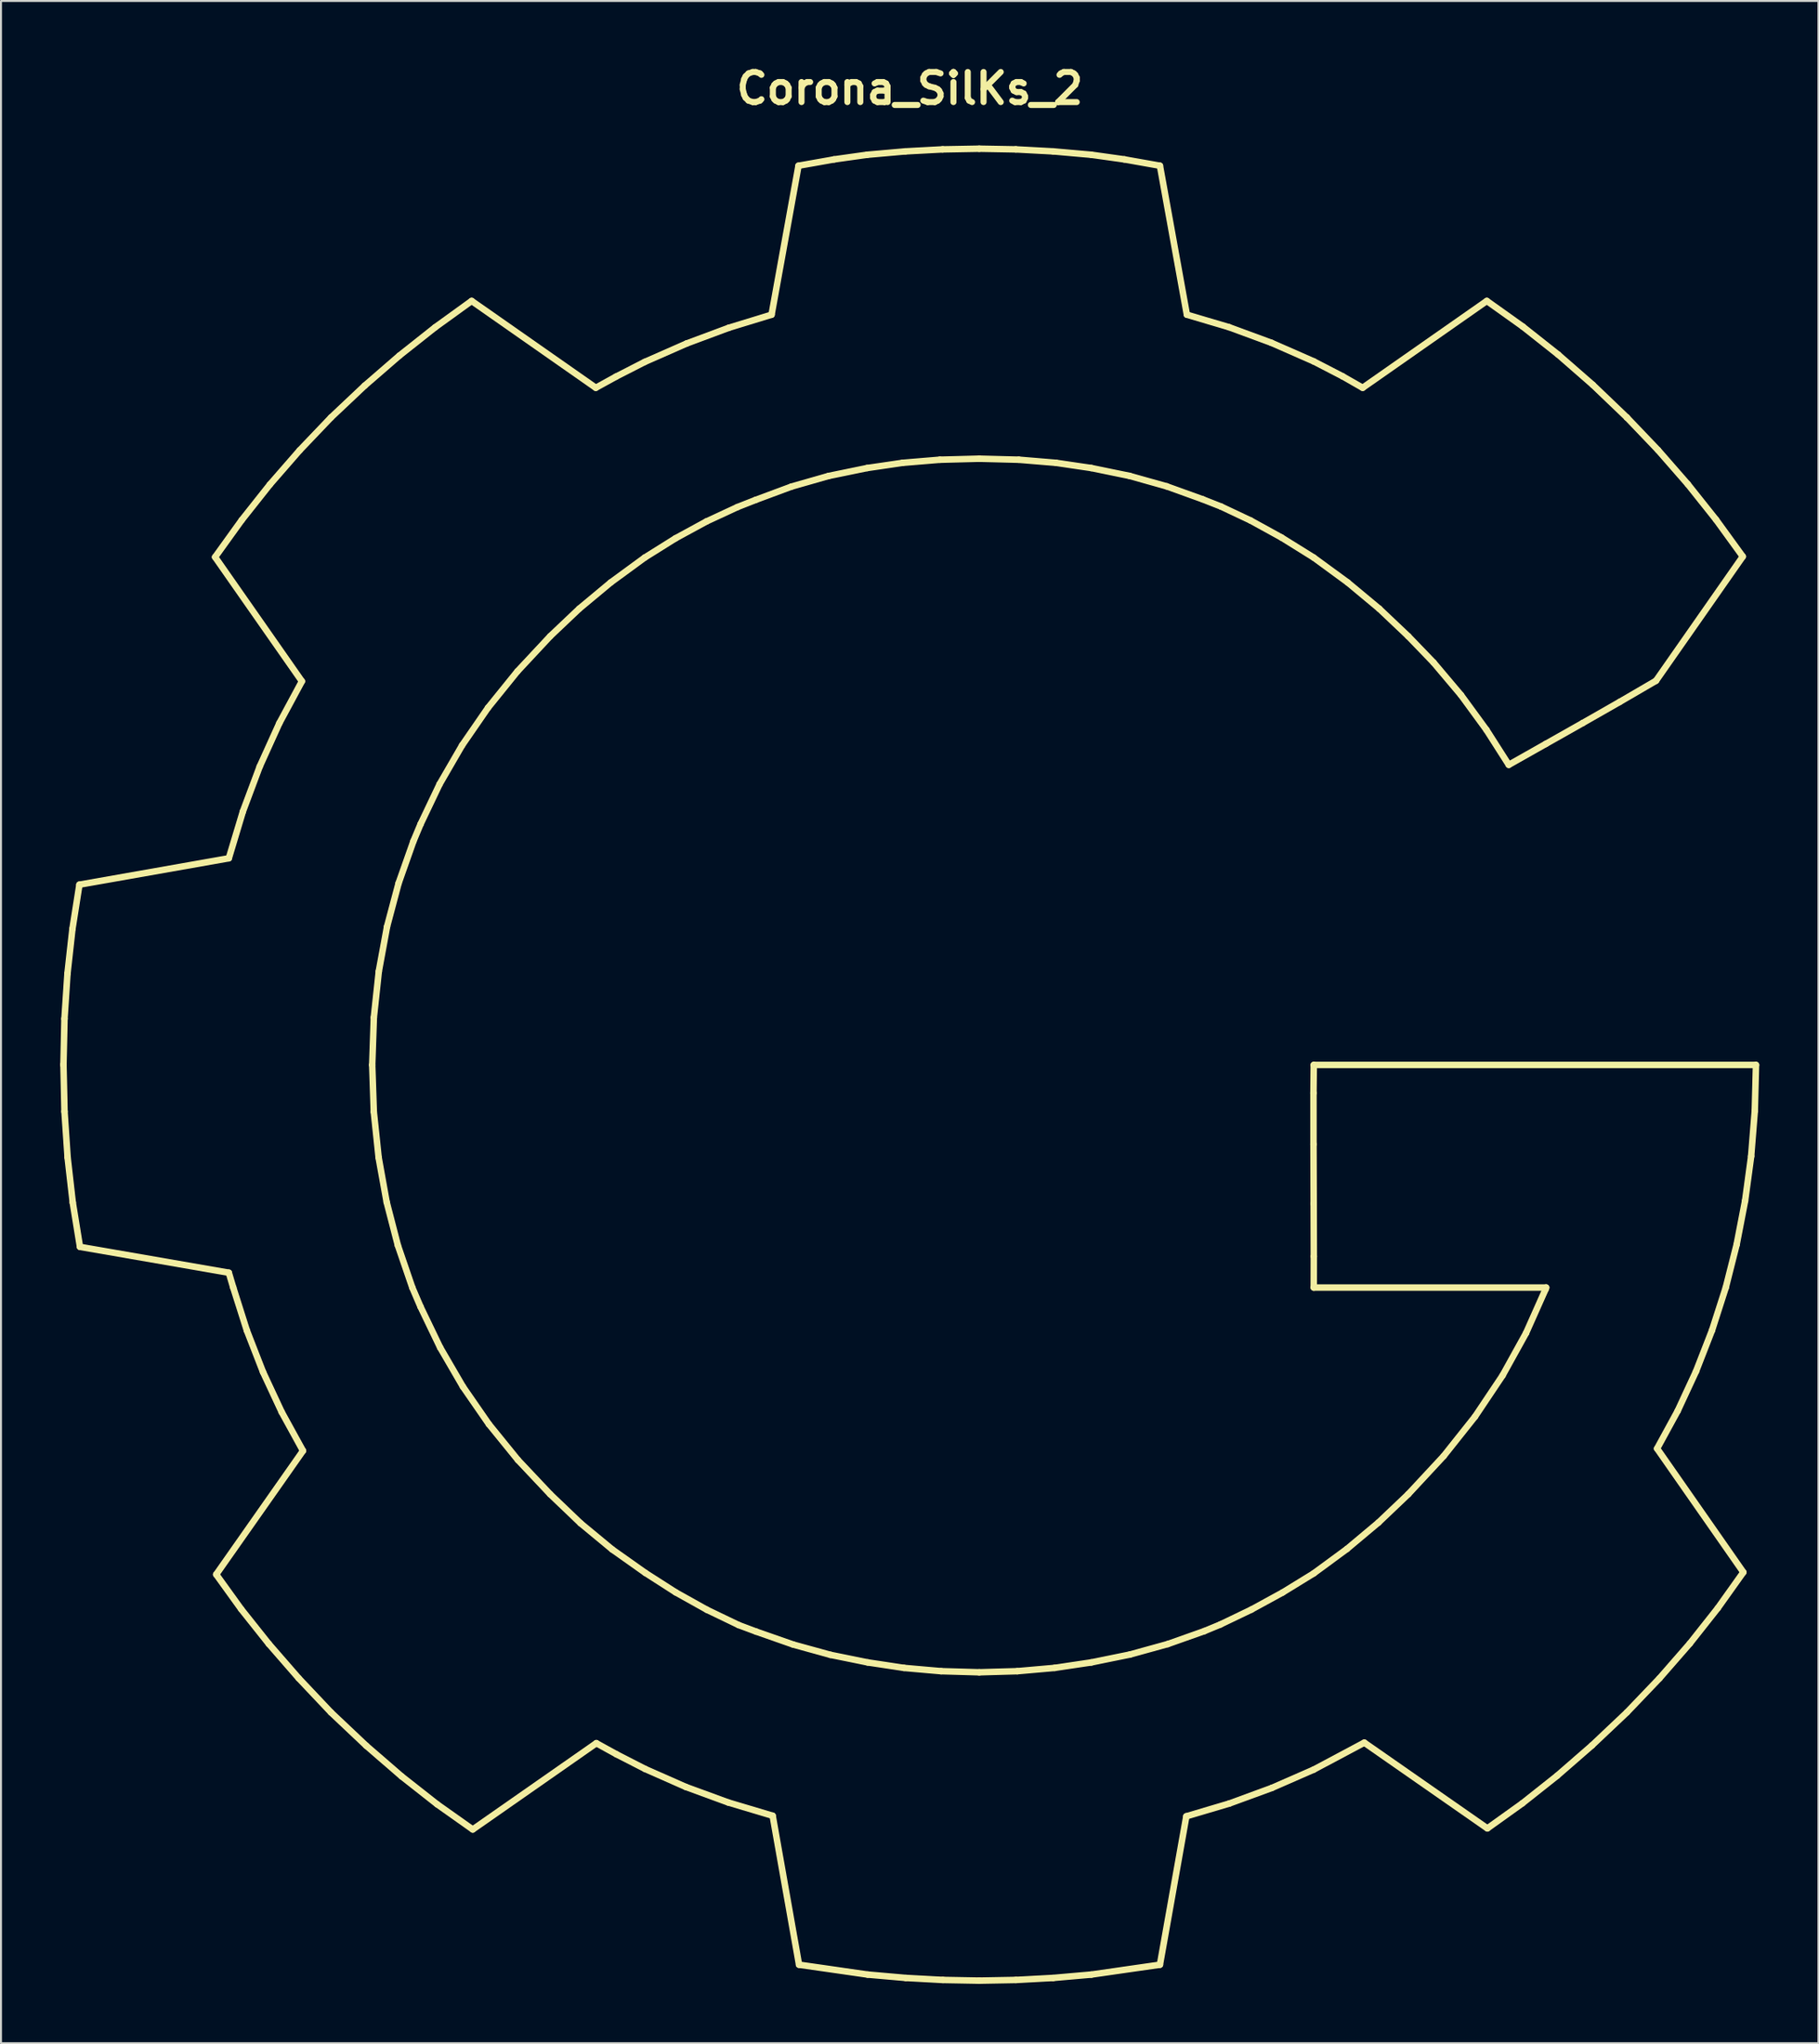
<source format=kicad_pcb>
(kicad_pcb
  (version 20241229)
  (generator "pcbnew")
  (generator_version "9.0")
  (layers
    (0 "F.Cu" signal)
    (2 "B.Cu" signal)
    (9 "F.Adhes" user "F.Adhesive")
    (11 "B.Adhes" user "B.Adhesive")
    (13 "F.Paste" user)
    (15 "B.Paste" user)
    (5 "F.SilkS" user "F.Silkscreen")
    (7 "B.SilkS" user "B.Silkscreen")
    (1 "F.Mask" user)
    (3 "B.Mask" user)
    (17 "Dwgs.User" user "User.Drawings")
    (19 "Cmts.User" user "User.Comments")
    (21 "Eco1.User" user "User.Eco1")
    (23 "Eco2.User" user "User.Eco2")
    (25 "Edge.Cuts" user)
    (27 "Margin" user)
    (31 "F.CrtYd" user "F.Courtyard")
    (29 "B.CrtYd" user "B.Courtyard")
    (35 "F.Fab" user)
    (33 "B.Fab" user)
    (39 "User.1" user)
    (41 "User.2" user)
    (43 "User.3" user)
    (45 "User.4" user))
  (footprint "Corona_SilKs_2"
    (layer "F.Cu")
    (at 43.012 50.827)
    (property "Reference" "Corona_SilKs_2" (at 0 -49.4 0) (layer "F.SilkS") (effects (font (size 1.524 1.524) (thickness 0.305))))
    (attr smd)
    (fp_line (start -42.848 -0.014) (end -42.797 -2.324) (stroke (width 0.328) (type solid)) (layer "F.SilkS"))
    (fp_line (start -42.848 0.014) (end -42.848 -0.014) (stroke (width 0.328) (type solid)) (layer "F.SilkS"))
    (fp_line (start -42.797 -2.324) (end -42.646 -4.61) (stroke (width 0.328) (type solid)) (layer "F.SilkS"))
    (fp_line (start -42.796 2.373) (end -42.848 0.014) (stroke (width 0.328) (type solid)) (layer "F.SilkS"))
    (fp_line (start -42.646 -4.61) (end -42.394 -6.872) (stroke (width 0.328) (type solid)) (layer "F.SilkS"))
    (fp_line (start -42.639 4.694) (end -42.796 2.373) (stroke (width 0.328) (type solid)) (layer "F.SilkS"))
    (fp_line (start -42.394 -6.872) (end -42.041 -9.109) (stroke (width 0.328) (type solid)) (layer "F.SilkS"))
    (fp_line (start -42.378 6.976) (end -42.639 4.694) (stroke (width 0.328) (type solid)) (layer "F.SilkS"))
    (fp_line (start -42.041 -9.109) (end -34.476 -10.444) (stroke (width 0.328) (type solid)) (layer "F.SilkS"))
    (fp_line (start -42.013 9.22) (end -42.378 6.976) (stroke (width 0.328) (type solid)) (layer "F.SilkS"))
    (fp_line (start -35.171 -25.686) (end -33.824 -27.557) (stroke (width 0.328) (type solid)) (layer "F.SilkS"))
    (fp_line (start -35.115 25.798) (end -30.721 19.54) (stroke (width 0.328) (type solid)) (layer "F.SilkS"))
    (fp_line (start -34.476 -10.444) (end -33.765 -12.808) (stroke (width 0.328) (type solid)) (layer "F.SilkS"))
    (fp_line (start -34.476 10.528) (end -42.013 9.22) (stroke (width 0.328) (type solid)) (layer "F.SilkS"))
    (fp_line (start -34.253 11.279) (end -34.476 10.528) (stroke (width 0.328) (type solid)) (layer "F.SilkS"))
    (fp_line (start -33.845 27.559) (end -35.115 25.798) (stroke (width 0.328) (type solid)) (layer "F.SilkS"))
    (fp_line (start -33.824 -27.557) (end -32.397 -29.358) (stroke (width 0.328) (type solid)) (layer "F.SilkS"))
    (fp_line (start -33.765 -12.808) (end -32.911 -15.089) (stroke (width 0.328) (type solid)) (layer "F.SilkS"))
    (fp_line (start -33.563 13.453) (end -34.253 11.279) (stroke (width 0.328) (type solid)) (layer "F.SilkS"))
    (fp_line (start -32.911 -15.089) (end -31.915 -17.286) (stroke (width 0.328) (type solid)) (layer "F.SilkS"))
    (fp_line (start -32.744 15.555) (end -33.563 13.453) (stroke (width 0.328) (type solid)) (layer "F.SilkS"))
    (fp_line (start -32.452 29.31) (end -33.845 27.559) (stroke (width 0.328) (type solid)) (layer "F.SilkS"))
    (fp_line (start -32.397 -29.358) (end -30.889 -31.089) (stroke (width 0.328) (type solid)) (layer "F.SilkS"))
    (fp_line (start -31.915 -17.286) (end -30.776 -19.4) (stroke (width 0.328) (type solid)) (layer "F.SilkS"))
    (fp_line (start -31.797 17.584) (end -32.744 15.555) (stroke (width 0.328) (type solid)) (layer "F.SilkS"))
    (fp_line (start -30.938 31.05) (end -32.452 29.31) (stroke (width 0.328) (type solid)) (layer "F.SilkS"))
    (fp_line (start -30.889 -31.089) (end -29.302 -32.751) (stroke (width 0.328) (type solid)) (layer "F.SilkS"))
    (fp_line (start -30.776 -19.4) (end -35.171 -25.686) (stroke (width 0.328) (type solid)) (layer "F.SilkS"))
    (fp_line (start -30.721 19.54) (end -31.797 17.584) (stroke (width 0.328) (type solid)) (layer "F.SilkS"))
    (fp_line (start -29.302 -32.751) (end -27.595 -34.361) (stroke (width 0.328) (type solid)) (layer "F.SilkS"))
    (fp_line (start -29.302 32.78) (end -30.938 31.05) (stroke (width 0.328) (type solid)) (layer "F.SilkS"))
    (fp_line (start -27.595 -34.361) (end -25.84 -35.88) (stroke (width 0.328) (type solid)) (layer "F.SilkS"))
    (fp_line (start -27.519 34.464) (end -29.302 32.78) (stroke (width 0.328) (type solid)) (layer "F.SilkS"))
    (fp_line (start -27.216 0.014) (end -27.135 2.387) (stroke (width 0.328) (type solid)) (layer "F.SilkS"))
    (fp_line (start -27.135 2.387) (end -26.891 4.7) (stroke (width 0.328) (type solid)) (layer "F.SilkS"))
    (fp_line (start -27.133 -2.388) (end -27.216 0.014) (stroke (width 0.328) (type solid)) (layer "F.SilkS"))
    (fp_line (start -26.891 4.7) (end -26.485 6.953) (stroke (width 0.328) (type solid)) (layer "F.SilkS"))
    (fp_line (start -26.882 -4.721) (end -27.133 -2.388) (stroke (width 0.328) (type solid)) (layer "F.SilkS"))
    (fp_line (start -26.485 6.953) (end -25.917 9.146) (stroke (width 0.328) (type solid)) (layer "F.SilkS"))
    (fp_line (start -26.465 -6.985) (end -26.882 -4.721) (stroke (width 0.328) (type solid)) (layer "F.SilkS"))
    (fp_line (start -25.917 9.146) (end -25.186 11.279) (stroke (width 0.328) (type solid)) (layer "F.SilkS"))
    (fp_line (start -25.881 -9.18) (end -26.465 -6.985) (stroke (width 0.328) (type solid)) (layer "F.SilkS"))
    (fp_line (start -25.84 -35.88) (end -24.035 -37.309) (stroke (width 0.328) (type solid)) (layer "F.SilkS"))
    (fp_line (start -25.728 36.013) (end -27.519 34.464) (stroke (width 0.328) (type solid)) (layer "F.SilkS"))
    (fp_line (start -25.186 11.279) (end -24.769 12.252) (stroke (width 0.328) (type solid)) (layer "F.SilkS"))
    (fp_line (start -25.13 -11.307) (end -25.881 -9.18) (stroke (width 0.328) (type solid)) (layer "F.SilkS"))
    (fp_line (start -24.769 -12.169) (end -25.13 -11.307) (stroke (width 0.328) (type solid)) (layer "F.SilkS"))
    (fp_line (start -24.769 12.252) (end -23.776 14.314) (stroke (width 0.328) (type solid)) (layer "F.SilkS"))
    (fp_line (start -24.035 -37.309) (end -22.182 -38.648) (stroke (width 0.328) (type solid)) (layer "F.SilkS"))
    (fp_line (start -23.931 37.426) (end -25.728 36.013) (stroke (width 0.328) (type solid)) (layer "F.SilkS"))
    (fp_line (start -23.803 -14.196) (end -24.769 -12.169) (stroke (width 0.328) (type solid)) (layer "F.SilkS"))
    (fp_line (start -23.776 14.314) (end -22.624 16.293) (stroke (width 0.328) (type solid)) (layer "F.SilkS"))
    (fp_line (start -22.664 -16.161) (end -23.803 -14.196) (stroke (width 0.328) (type solid)) (layer "F.SilkS"))
    (fp_line (start -22.624 16.293) (end -21.311 18.19) (stroke (width 0.328) (type solid)) (layer "F.SilkS"))
    (fp_line (start -22.182 -38.648) (end -15.896 -34.253) (stroke (width 0.328) (type solid)) (layer "F.SilkS"))
    (fp_line (start -22.126 38.703) (end -23.931 37.426) (stroke (width 0.328) (type solid)) (layer "F.SilkS"))
    (fp_line (start -21.351 -18.063) (end -22.664 -16.161) (stroke (width 0.328) (type solid)) (layer "F.SilkS"))
    (fp_line (start -21.311 18.19) (end -19.838 20.004) (stroke (width 0.328) (type solid)) (layer "F.SilkS"))
    (fp_line (start -19.864 -19.903) (end -21.351 -18.063) (stroke (width 0.328) (type solid)) (layer "F.SilkS"))
    (fp_line (start -19.838 20.004) (end -18.204 21.737) (stroke (width 0.328) (type solid)) (layer "F.SilkS"))
    (fp_line (start -18.204 -21.681) (end -19.864 -19.903) (stroke (width 0.328) (type solid)) (layer "F.SilkS"))
    (fp_line (start -18.204 21.737) (end -16.668 23.205) (stroke (width 0.328) (type solid)) (layer "F.SilkS"))
    (fp_line (start -16.733 -23.075) (end -18.204 -21.681) (stroke (width 0.328) (type solid)) (layer "F.SilkS"))
    (fp_line (start -16.668 23.205) (end -15.065 24.531) (stroke (width 0.328) (type solid)) (layer "F.SilkS"))
    (fp_line (start -15.896 -34.253) (end -14.874 -34.816) (stroke (width 0.328) (type solid)) (layer "F.SilkS"))
    (fp_line (start -15.868 34.336) (end -22.126 38.703) (stroke (width 0.328) (type solid)) (layer "F.SilkS"))
    (fp_line (start -15.139 -24.401) (end -16.733 -23.075) (stroke (width 0.328) (type solid)) (layer "F.SilkS"))
    (fp_line (start -15.065 24.531) (end -13.393 25.714) (stroke (width 0.328) (type solid)) (layer "F.SilkS"))
    (fp_line (start -14.874 -34.816) (end -13.42 -35.56) (stroke (width 0.328) (type solid)) (layer "F.SilkS"))
    (fp_line (start -14.846 34.899) (end -15.868 34.336) (stroke (width 0.328) (type solid)) (layer "F.SilkS"))
    (fp_line (start -13.42 -35.56) (end -11.297 -36.494) (stroke (width 0.328) (type solid)) (layer "F.SilkS"))
    (fp_line (start -13.42 -25.659) (end -15.139 -24.401) (stroke (width 0.328) (type solid)) (layer "F.SilkS"))
    (fp_line (start -13.393 25.714) (end -11.854 26.7) (stroke (width 0.328) (type solid)) (layer "F.SilkS"))
    (fp_line (start -13.393 35.643) (end -14.846 34.899) (stroke (width 0.328) (type solid)) (layer "F.SilkS"))
    (fp_line (start -11.86 -26.635) (end -13.42 -25.659) (stroke (width 0.328) (type solid)) (layer "F.SilkS"))
    (fp_line (start -11.854 26.7) (end -10.277 27.581) (stroke (width 0.328) (type solid)) (layer "F.SilkS"))
    (fp_line (start -11.34 36.549) (end -13.393 35.643) (stroke (width 0.328) (type solid)) (layer "F.SilkS"))
    (fp_line (start -11.297 -36.494) (end -9.156 -37.291) (stroke (width 0.328) (type solid)) (layer "F.SilkS"))
    (fp_line (start -10.293 -27.488) (end -11.86 -26.635) (stroke (width 0.328) (type solid)) (layer "F.SilkS"))
    (fp_line (start -10.277 27.581) (end -8.664 28.357) (stroke (width 0.328) (type solid)) (layer "F.SilkS"))
    (fp_line (start -9.189 37.337) (end -11.34 36.549) (stroke (width 0.328) (type solid)) (layer "F.SilkS"))
    (fp_line (start -9.156 -37.291) (end -6.995 -37.952) (stroke (width 0.328) (type solid)) (layer "F.SilkS"))
    (fp_line (start -8.72 -28.218) (end -10.293 -27.488) (stroke (width 0.328) (type solid)) (layer "F.SilkS"))
    (fp_line (start -8.664 28.357) (end -7.774 28.69) (stroke (width 0.328) (type solid)) (layer "F.SilkS"))
    (fp_line (start -7.802 -28.579) (end -8.72 -28.218) (stroke (width 0.328) (type solid)) (layer "F.SilkS"))
    (fp_line (start -7.774 28.69) (end -5.898 29.346) (stroke (width 0.328) (type solid)) (layer "F.SilkS"))
    (fp_line (start -6.995 -37.952) (end -5.632 -45.49) (stroke (width 0.328) (type solid)) (layer "F.SilkS"))
    (fp_line (start -6.94 38.008) (end -9.189 37.337) (stroke (width 0.328) (type solid)) (layer "F.SilkS"))
    (fp_line (start -5.988 -29.253) (end -7.802 -28.579) (stroke (width 0.328) (type solid)) (layer "F.SilkS"))
    (fp_line (start -5.898 29.346) (end -4.016 29.865) (stroke (width 0.328) (type solid)) (layer "F.SilkS"))
    (fp_line (start -5.632 -45.49) (end -3.831 -45.81) (stroke (width 0.328) (type solid)) (layer "F.SilkS"))
    (fp_line (start -5.605 45.546) (end -6.94 38.008) (stroke (width 0.328) (type solid)) (layer "F.SilkS"))
    (fp_line (start -4.106 -29.791) (end -5.988 -29.253) (stroke (width 0.328) (type solid)) (layer "F.SilkS"))
    (fp_line (start -4.016 29.865) (end -2.128 30.249) (stroke (width 0.328) (type solid)) (layer "F.SilkS"))
    (fp_line (start -3.831 -45.81) (end -2.156 -46.046) (stroke (width 0.328) (type solid)) (layer "F.SilkS"))
    (fp_line (start -2.156 -46.046) (end -0.227 -46.216) (stroke (width 0.328) (type solid)) (layer "F.SilkS"))
    (fp_line (start -2.156 -30.192) (end -4.106 -29.791) (stroke (width 0.328) (type solid)) (layer "F.SilkS"))
    (fp_line (start -2.128 30.249) (end -0.289 30.527) (stroke (width 0.328) (type solid)) (layer "F.SilkS"))
    (fp_line (start -2.128 46.046) (end -5.605 45.546) (stroke (width 0.328) (type solid)) (layer "F.SilkS"))
    (fp_line (start -0.363 -30.455) (end -2.156 -30.192) (stroke (width 0.328) (type solid)) (layer "F.SilkS"))
    (fp_line (start -0.289 30.527) (end 1.593 30.693) (stroke (width 0.328) (type solid)) (layer "F.SilkS"))
    (fp_line (start -0.227 -46.216) (end 1.664 -46.318) (stroke (width 0.328) (type solid)) (layer "F.SilkS"))
    (fp_line (start -0.202 46.216) (end -2.128 46.046) (stroke (width 0.328) (type solid)) (layer "F.SilkS"))
    (fp_line (start 1.528 -30.613) (end -0.363 -30.455) (stroke (width 0.328) (type solid)) (layer "F.SilkS"))
    (fp_line (start 1.593 30.693) (end 3.518 30.749) (stroke (width 0.328) (type solid)) (layer "F.SilkS"))
    (fp_line (start 1.664 -46.318) (end 3.518 -46.352) (stroke (width 0.328) (type solid)) (layer "F.SilkS"))
    (fp_line (start 1.68 46.318) (end -0.202 46.216) (stroke (width 0.328) (type solid)) (layer "F.SilkS"))
    (fp_line (start 3.518 -46.352) (end 5.373 -46.318) (stroke (width 0.328) (type solid)) (layer "F.SilkS"))
    (fp_line (start 3.518 -30.665) (end 1.528 -30.613) (stroke (width 0.328) (type solid)) (layer "F.SilkS"))
    (fp_line (start 3.518 30.749) (end 5.447 30.693) (stroke (width 0.328) (type solid)) (layer "F.SilkS"))
    (fp_line (start 3.519 46.352) (end 1.68 46.318) (stroke (width 0.328) (type solid)) (layer "F.SilkS"))
    (fp_line (start 5.373 -46.318) (end 7.264 -46.216) (stroke (width 0.328) (type solid)) (layer "F.SilkS"))
    (fp_line (start 5.373 46.318) (end 3.519 46.352) (stroke (width 0.328) (type solid)) (layer "F.SilkS"))
    (fp_line (start 5.447 30.693) (end 7.338 30.526) (stroke (width 0.328) (type solid)) (layer "F.SilkS"))
    (fp_line (start 5.521 -30.613) (end 3.518 -30.665) (stroke (width 0.328) (type solid)) (layer "F.SilkS"))
    (fp_line (start 7.264 -46.216) (end 9.193 -46.046) (stroke (width 0.328) (type solid)) (layer "F.SilkS"))
    (fp_line (start 7.264 46.216) (end 5.373 46.318) (stroke (width 0.328) (type solid)) (layer "F.SilkS"))
    (fp_line (start 7.338 30.526) (end 9.193 30.249) (stroke (width 0.328) (type solid)) (layer "F.SilkS"))
    (fp_line (start 7.412 -30.455) (end 5.521 -30.613) (stroke (width 0.328) (type solid)) (layer "F.SilkS"))
    (fp_line (start 9.193 -46.046) (end 10.869 -45.81) (stroke (width 0.328) (type solid)) (layer "F.SilkS"))
    (fp_line (start 9.193 -30.192) (end 7.412 -30.455) (stroke (width 0.328) (type solid)) (layer "F.SilkS"))
    (fp_line (start 9.193 30.249) (end 11.152 29.849) (stroke (width 0.328) (type solid)) (layer "F.SilkS"))
    (fp_line (start 9.193 46.046) (end 7.264 46.216) (stroke (width 0.328) (type solid)) (layer "F.SilkS"))
    (fp_line (start 10.869 -45.81) (end 12.669 -45.49) (stroke (width 0.328) (type solid)) (layer "F.SilkS"))
    (fp_line (start 11.13 -29.794) (end 9.193 -30.192) (stroke (width 0.328) (type solid)) (layer "F.SilkS"))
    (fp_line (start 11.152 29.849) (end 13.062 29.321) (stroke (width 0.328) (type solid)) (layer "F.SilkS"))
    (fp_line (start 12.669 -45.49) (end 14.032 -37.952) (stroke (width 0.328) (type solid)) (layer "F.SilkS"))
    (fp_line (start 12.669 45.546) (end 9.193 46.046) (stroke (width 0.328) (type solid)) (layer "F.SilkS"))
    (fp_line (start 13.012 -29.265) (end 11.13 -29.794) (stroke (width 0.328) (type solid)) (layer "F.SilkS"))
    (fp_line (start 13.062 29.321) (end 14.922 28.663) (stroke (width 0.328) (type solid)) (layer "F.SilkS"))
    (fp_line (start 14.004 38.036) (end 12.669 45.546) (stroke (width 0.328) (type solid)) (layer "F.SilkS"))
    (fp_line (start 14.032 -37.952) (end 16.168 -37.319) (stroke (width 0.328) (type solid)) (layer "F.SilkS"))
    (fp_line (start 14.839 -28.607) (end 13.012 -29.265) (stroke (width 0.328) (type solid)) (layer "F.SilkS"))
    (fp_line (start 14.922 28.663) (end 15.729 28.329) (stroke (width 0.328) (type solid)) (layer "F.SilkS"))
    (fp_line (start 15.729 28.329) (end 17.305 27.572) (stroke (width 0.328) (type solid)) (layer "F.SilkS"))
    (fp_line (start 15.757 -28.245) (end 14.839 -28.607) (stroke (width 0.328) (type solid)) (layer "F.SilkS"))
    (fp_line (start 16.168 -37.319) (end 18.309 -36.531) (stroke (width 0.328) (type solid)) (layer "F.SilkS"))
    (fp_line (start 16.18 37.39) (end 14.004 38.036) (stroke (width 0.328) (type solid)) (layer "F.SilkS"))
    (fp_line (start 17.256 -27.538) (end 15.757 -28.245) (stroke (width 0.328) (type solid)) (layer "F.SilkS"))
    (fp_line (start 17.305 27.572) (end 18.881 26.71) (stroke (width 0.328) (type solid)) (layer "F.SilkS"))
    (fp_line (start 18.309 -36.531) (end 20.457 -35.588) (stroke (width 0.328) (type solid)) (layer "F.SilkS"))
    (fp_line (start 18.331 36.602) (end 16.18 37.39) (stroke (width 0.328) (type solid)) (layer "F.SilkS"))
    (fp_line (start 18.823 -26.676) (end 17.256 -27.538) (stroke (width 0.328) (type solid)) (layer "F.SilkS"))
    (fp_line (start 18.881 26.71) (end 20.457 25.742) (stroke (width 0.328) (type solid)) (layer "F.SilkS"))
    (fp_line (start 20.442 1.435) (end 20.457 0.014) (stroke (width 0.328) (type solid)) (layer "F.SilkS"))
    (fp_line (start 20.443 4.027) (end 20.442 1.435) (stroke (width 0.328) (type solid)) (layer "F.SilkS"))
    (fp_line (start 20.453 7.036) (end 20.443 4.027) (stroke (width 0.328) (type solid)) (layer "F.SilkS"))
    (fp_line (start 20.457 -35.588) (end 21.911 -34.837) (stroke (width 0.328) (type solid)) (layer "F.SilkS"))
    (fp_line (start 20.457 -25.659) (end 18.823 -26.676) (stroke (width 0.328) (type solid)) (layer "F.SilkS"))
    (fp_line (start 20.457 25.742) (end 22.139 24.506) (stroke (width 0.328) (type solid)) (layer "F.SilkS"))
    (fp_line (start 20.457 11.279) (end 20.46 9.704) (stroke (width 0.328) (type solid)) (layer "F.SilkS"))
    (fp_line (start 20.457 0.014) (end 42.848 0.014) (stroke (width 0.328) (type solid)) (layer "F.SilkS"))
    (fp_line (start 20.457 35.672) (end 18.331 36.602) (stroke (width 0.328) (type solid)) (layer "F.SilkS"))
    (fp_line (start 20.46 9.704) (end 20.453 7.036) (stroke (width 0.328) (type solid)) (layer "F.SilkS"))
    (fp_line (start 21.911 -34.837) (end 22.933 -34.253) (stroke (width 0.328) (type solid)) (layer "F.SilkS"))
    (fp_line (start 22.139 24.506) (end 23.733 23.171) (stroke (width 0.328) (type solid)) (layer "F.SilkS"))
    (fp_line (start 22.176 -24.401) (end 20.457 -25.659) (stroke (width 0.328) (type solid)) (layer "F.SilkS"))
    (fp_line (start 22.933 -34.253) (end 29.219 -38.648) (stroke (width 0.328) (type solid)) (layer "F.SilkS"))
    (fp_line (start 23.016 34.309) (end 20.457 35.672) (stroke (width 0.328) (type solid)) (layer "F.SilkS"))
    (fp_line (start 23.733 23.171) (end 25.241 21.737) (stroke (width 0.328) (type solid)) (layer "F.SilkS"))
    (fp_line (start 23.77 -23.075) (end 22.176 -24.401) (stroke (width 0.328) (type solid)) (layer "F.SilkS"))
    (fp_line (start 25.241 -21.681) (end 23.77 -23.075) (stroke (width 0.328) (type solid)) (layer "F.SilkS"))
    (fp_line (start 25.241 21.737) (end 27.033 19.809) (stroke (width 0.328) (type solid)) (layer "F.SilkS"))
    (fp_line (start 26.521 -20.353) (end 25.241 -21.681) (stroke (width 0.328) (type solid)) (layer "F.SilkS"))
    (fp_line (start 27.033 19.809) (end 28.624 17.807) (stroke (width 0.328) (type solid)) (layer "F.SilkS"))
    (fp_line (start 27.912 -18.705) (end 26.521 -20.353) (stroke (width 0.328) (type solid)) (layer "F.SilkS"))
    (fp_line (start 28.624 17.807) (end 30.014 15.733) (stroke (width 0.328) (type solid)) (layer "F.SilkS"))
    (fp_line (start 29.198 -16.946) (end 27.912 -18.705) (stroke (width 0.328) (type solid)) (layer "F.SilkS"))
    (fp_line (start 29.219 -38.648) (end 31.039 -37.351) (stroke (width 0.328) (type solid)) (layer "F.SilkS"))
    (fp_line (start 29.247 38.648) (end 23.016 34.309) (stroke (width 0.328) (type solid)) (layer "F.SilkS"))
    (fp_line (start 30.014 15.733) (end 31.205 13.584) (stroke (width 0.328) (type solid)) (layer "F.SilkS"))
    (fp_line (start 30.331 -15.173) (end 29.198 -16.946) (stroke (width 0.328) (type solid)) (layer "F.SilkS"))
    (fp_line (start 31.013 37.384) (end 29.247 38.648) (stroke (width 0.328) (type solid)) (layer "F.SilkS"))
    (fp_line (start 31.039 -37.351) (end 32.828 -35.936) (stroke (width 0.328) (type solid)) (layer "F.SilkS"))
    (fp_line (start 31.205 13.584) (end 32.195 11.363) (stroke (width 0.328) (type solid)) (layer "F.SilkS"))
    (fp_line (start 32.195 11.363) (end 32.223 11.279) (stroke (width 0.328) (type solid)) (layer "F.SilkS"))
    (fp_line (start 32.201 -16.229) (end 30.331 -15.173) (stroke (width 0.328) (type solid)) (layer "F.SilkS"))
    (fp_line (start 32.223 11.279) (end 20.457 11.279) (stroke (width 0.328) (type solid)) (layer "F.SilkS"))
    (fp_line (start 32.779 35.985) (end 31.013 37.384) (stroke (width 0.328) (type solid)) (layer "F.SilkS"))
    (fp_line (start 32.828 -35.936) (end 34.585 -34.403) (stroke (width 0.328) (type solid)) (layer "F.SilkS"))
    (fp_line (start 34.077 -17.289) (end 32.201 -16.229) (stroke (width 0.328) (type solid)) (layer "F.SilkS"))
    (fp_line (start 34.545 34.449) (end 32.779 35.985) (stroke (width 0.328) (type solid)) (layer "F.SilkS"))
    (fp_line (start 34.585 -34.403) (end 36.311 -32.751) (stroke (width 0.328) (type solid)) (layer "F.SilkS"))
    (fp_line (start 35.943 -18.354) (end 34.077 -17.289) (stroke (width 0.328) (type solid)) (layer "F.SilkS"))
    (fp_line (start 36.311 -32.751) (end 36.311 -32.751) (stroke (width 0.328) (type solid)) (layer "F.SilkS"))
    (fp_line (start 36.311 -32.751) (end 37.888 -31.101) (stroke (width 0.328) (type solid)) (layer "F.SilkS"))
    (fp_line (start 36.311 32.779) (end 34.545 34.449) (stroke (width 0.328) (type solid)) (layer "F.SilkS"))
    (fp_line (start 37.786 -19.428) (end 35.943 -18.354) (stroke (width 0.328) (type solid)) (layer "F.SilkS"))
    (fp_line (start 37.841 19.428) (end 42.208 25.686) (stroke (width 0.328) (type solid)) (layer "F.SilkS"))
    (fp_line (start 37.888 -31.101) (end 39.392 -29.379) (stroke (width 0.328) (type solid)) (layer "F.SilkS"))
    (fp_line (start 37.963 31.052) (end 36.311 32.779) (stroke (width 0.328) (type solid)) (layer "F.SilkS"))
    (fp_line (start 38.883 17.521) (end 37.841 19.428) (stroke (width 0.328) (type solid)) (layer "F.SilkS"))
    (fp_line (start 39.392 -29.379) (end 40.823 -27.583) (stroke (width 0.328) (type solid)) (layer "F.SilkS"))
    (fp_line (start 39.496 29.295) (end 37.963 31.052) (stroke (width 0.328) (type solid)) (layer "F.SilkS"))
    (fp_line (start 39.809 15.527) (end 38.883 17.521) (stroke (width 0.328) (type solid)) (layer "F.SilkS"))
    (fp_line (start 40.621 13.446) (end 39.809 15.527) (stroke (width 0.328) (type solid)) (layer "F.SilkS"))
    (fp_line (start 40.823 -27.583) (end 42.18 -25.714) (stroke (width 0.328) (type solid)) (layer "F.SilkS"))
    (fp_line (start 40.911 27.506) (end 39.496 29.295) (stroke (width 0.328) (type solid)) (layer "F.SilkS"))
    (fp_line (start 41.318 11.279) (end 40.621 13.446) (stroke (width 0.328) (type solid)) (layer "F.SilkS"))
    (fp_line (start 41.869 9.101) (end 41.318 11.279) (stroke (width 0.328) (type solid)) (layer "F.SilkS"))
    (fp_line (start 42.18 -25.714) (end 37.786 -19.428) (stroke (width 0.328) (type solid)) (layer "F.SilkS"))
    (fp_line (start 42.208 25.686) (end 40.911 27.506) (stroke (width 0.328) (type solid)) (layer "F.SilkS"))
    (fp_line (start 42.297 6.886) (end 41.869 9.101) (stroke (width 0.328) (type solid)) (layer "F.SilkS"))
    (fp_line (start 42.603 4.633) (end 42.297 6.886) (stroke (width 0.328) (type solid)) (layer "F.SilkS"))
    (fp_line (start 42.787 2.342) (end 42.603 4.633) (stroke (width 0.328) (type solid)) (layer "F.SilkS"))
    (fp_line (start 42.848 0.014) (end 42.787 2.342) (stroke (width 0.328) (type solid)) (layer "F.SilkS")))
  (gr_rect
    (start -3 -3)
    (end 89.023 100.343)
    (stroke (width 0.1) (type default))
    (fill no)
    (layer "Edge.Cuts")))
</source>
